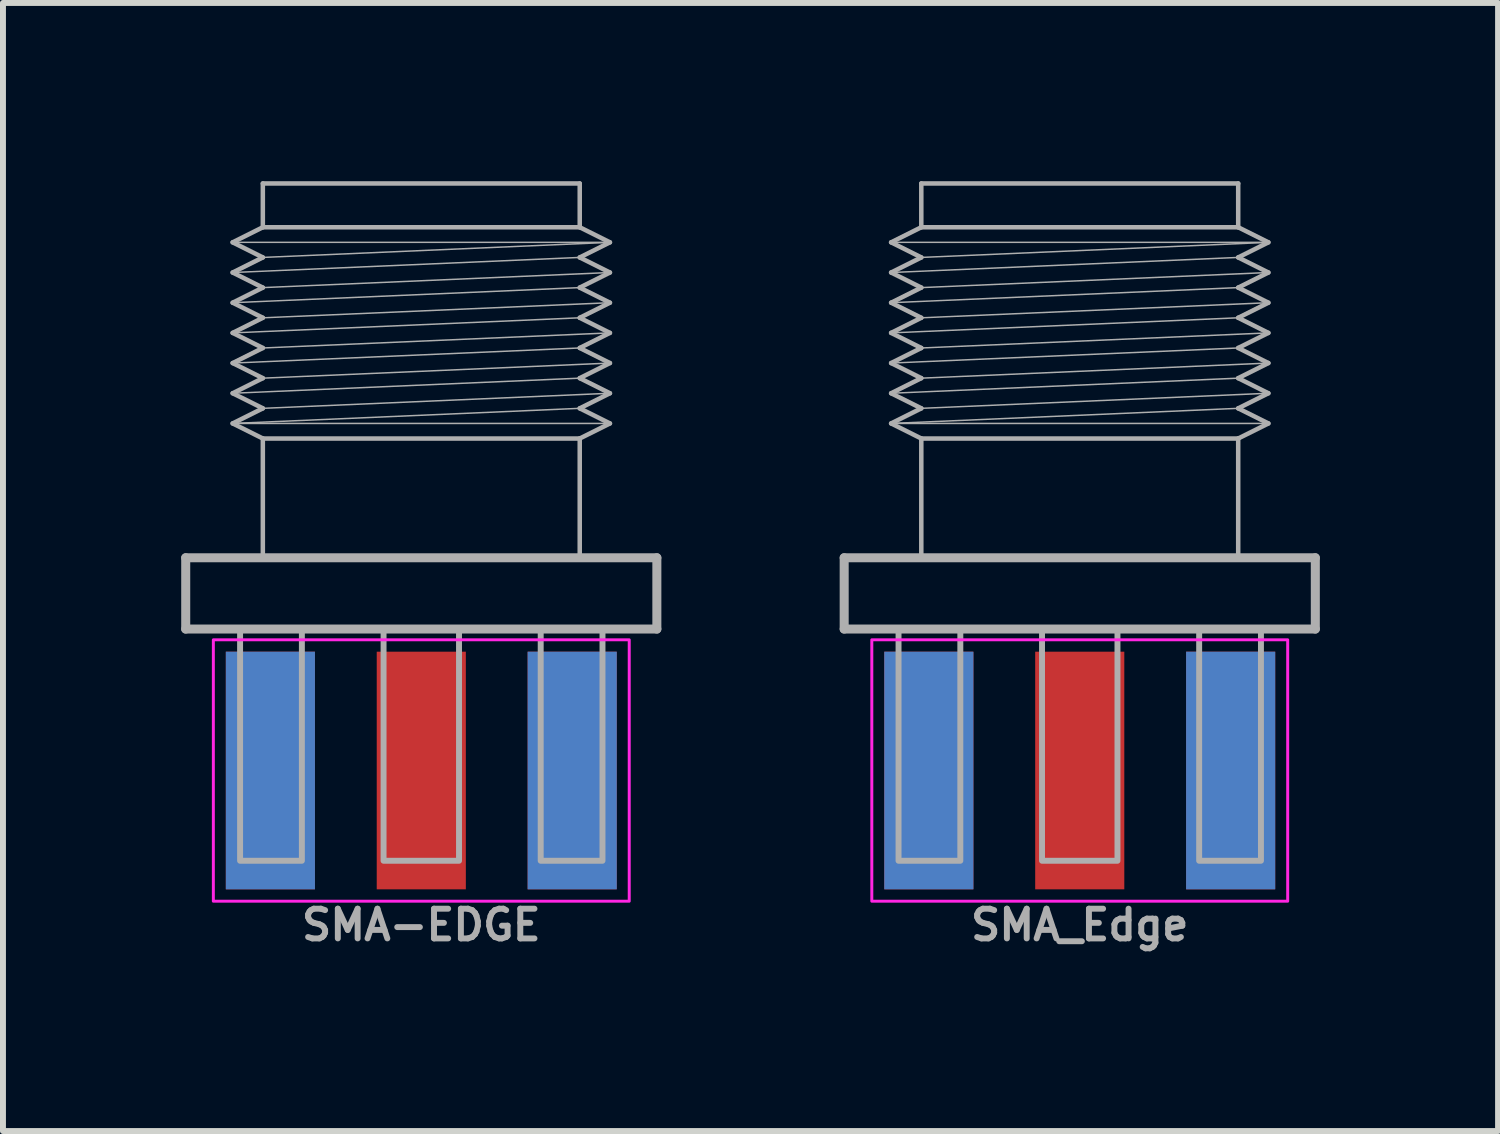
<source format=kicad_pcb>
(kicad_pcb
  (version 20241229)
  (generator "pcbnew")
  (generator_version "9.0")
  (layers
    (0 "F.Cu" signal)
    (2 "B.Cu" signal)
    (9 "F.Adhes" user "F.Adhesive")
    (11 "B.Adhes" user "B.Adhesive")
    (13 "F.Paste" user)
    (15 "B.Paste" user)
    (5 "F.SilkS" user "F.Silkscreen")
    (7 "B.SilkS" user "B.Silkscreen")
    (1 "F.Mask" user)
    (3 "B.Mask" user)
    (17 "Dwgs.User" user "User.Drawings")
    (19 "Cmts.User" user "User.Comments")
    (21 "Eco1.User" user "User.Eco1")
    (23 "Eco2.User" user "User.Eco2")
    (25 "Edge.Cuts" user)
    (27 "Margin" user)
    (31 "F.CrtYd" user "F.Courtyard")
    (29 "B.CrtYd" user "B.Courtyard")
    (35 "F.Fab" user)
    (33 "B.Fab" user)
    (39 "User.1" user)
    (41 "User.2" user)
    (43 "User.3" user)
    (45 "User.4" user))
  (footprint "SMA-EDGE"
    (layer "F.Cu")
    (at 4.041 9.919)
    (property "Reference" "SMA-EDGE" (at 0 2.6 0) (layer "F.Fab") (effects (font (size 0.5 0.5) (thickness 0.1) (bold yes))))
    (fp_rect (start 3.5 2.2) (end -3.5 -2.2) (stroke (width 0.05) (type default)) (fill no) (layer "F.CrtYd"))
    (fp_line (start -3.965 -3.581) (end 3.965 -3.581) (stroke (width 0.152) (type solid)) (layer "F.Fab"))
    (fp_line (start -3.965 -2.381) (end -3.965 -3.581) (stroke (width 0.152) (type solid)) (layer "F.Fab"))
    (fp_line (start -3.175 -8.89) (end -2.667 -9.144) (stroke (width 0.076) (type solid)) (layer "F.Fab"))
    (fp_line (start -3.175 -8.382) (end -2.667 -8.636) (stroke (width 0.076) (type solid)) (layer "F.Fab"))
    (fp_line (start -3.175 -8.382) (end 2.667 -8.636) (stroke (width 0.025) (type solid)) (layer "F.Fab"))
    (fp_line (start -3.175 -7.874) (end -2.667 -8.128) (stroke (width 0.076) (type solid)) (layer "F.Fab"))
    (fp_line (start -3.175 -7.874) (end -2.667 -7.62) (stroke (width 0.076) (type solid)) (layer "F.Fab"))
    (fp_line (start -3.175 -7.874) (end 2.667 -8.128) (stroke (width 0.025) (type solid)) (layer "F.Fab"))
    (fp_line (start -3.175 -7.366) (end -2.667 -7.62) (stroke (width 0.076) (type solid)) (layer "F.Fab"))
    (fp_line (start -3.175 -7.366) (end 2.667 -7.62) (stroke (width 0.025) (type solid)) (layer "F.Fab"))
    (fp_line (start -3.175 -6.858) (end -2.667 -7.112) (stroke (width 0.076) (type solid)) (layer "F.Fab"))
    (fp_line (start -3.175 -6.858) (end 2.667 -7.112) (stroke (width 0.025) (type solid)) (layer "F.Fab"))
    (fp_line (start -3.175 -6.35) (end -2.667 -6.604) (stroke (width 0.076) (type solid)) (layer "F.Fab"))
    (fp_line (start -3.175 -6.35) (end 2.667 -6.604) (stroke (width 0.025) (type solid)) (layer "F.Fab"))
    (fp_line (start -3.175 -5.842) (end -2.667 -6.096) (stroke (width 0.076) (type solid)) (layer "F.Fab"))
    (fp_line (start -3.175 -5.842) (end 2.667 -6.096) (stroke (width 0.025) (type solid)) (layer "F.Fab"))
    (fp_line (start -3.175 -5.842) (end 3.175 -5.842) (stroke (width 0.025) (type solid)) (layer "F.Fab"))
    (fp_line (start -2.667 -9.881) (end 2.667 -9.881) (stroke (width 0.076) (type solid)) (layer "F.Fab"))
    (fp_line (start -2.667 -9.144) (end -2.667 -9.881) (stroke (width 0.076) (type solid)) (layer "F.Fab"))
    (fp_line (start -2.667 -9.144) (end 2.667 -9.144) (stroke (width 0.076) (type solid)) (layer "F.Fab"))
    (fp_line (start -2.667 -8.636) (end -3.175 -8.89) (stroke (width 0.076) (type solid)) (layer "F.Fab"))
    (fp_line (start -2.667 -8.636) (end 3.175 -8.89) (stroke (width 0.025) (type solid)) (layer "F.Fab"))
    (fp_line (start -2.667 -8.128) (end -3.175 -8.382) (stroke (width 0.076) (type solid)) (layer "F.Fab"))
    (fp_line (start -2.667 -8.128) (end 3.175 -8.382) (stroke (width 0.025) (type solid)) (layer "F.Fab"))
    (fp_line (start -2.667 -7.62) (end 3.175 -7.874) (stroke (width 0.025) (type solid)) (layer "F.Fab"))
    (fp_line (start -2.667 -7.112) (end -3.175 -7.366) (stroke (width 0.076) (type solid)) (layer "F.Fab"))
    (fp_line (start -2.667 -7.112) (end 3.175 -7.366) (stroke (width 0.025) (type solid)) (layer "F.Fab"))
    (fp_line (start -2.667 -6.604) (end -3.175 -6.858) (stroke (width 0.076) (type solid)) (layer "F.Fab"))
    (fp_line (start -2.667 -6.604) (end 3.175 -6.858) (stroke (width 0.025) (type solid)) (layer "F.Fab"))
    (fp_line (start -2.667 -6.096) (end -3.175 -6.35) (stroke (width 0.076) (type solid)) (layer "F.Fab"))
    (fp_line (start -2.667 -6.096) (end 3.175 -6.35) (stroke (width 0.025) (type solid)) (layer "F.Fab"))
    (fp_line (start -2.667 -5.588) (end -3.175 -5.842) (stroke (width 0.076) (type solid)) (layer "F.Fab"))
    (fp_line (start -2.667 -5.588) (end 2.667 -5.588) (stroke (width 0.076) (type solid)) (layer "F.Fab"))
    (fp_line (start -2.667 -3.581) (end -2.667 -5.588) (stroke (width 0.076) (type solid)) (layer "F.Fab"))
    (fp_line (start 2.667 -9.881) (end 2.667 -9.144) (stroke (width 0.076) (type solid)) (layer "F.Fab"))
    (fp_line (start 2.667 -9.144) (end 3.175 -8.89) (stroke (width 0.076) (type solid)) (layer "F.Fab"))
    (fp_line (start 2.667 -8.636) (end 3.175 -8.382) (stroke (width 0.076) (type solid)) (layer "F.Fab"))
    (fp_line (start 2.667 -8.128) (end 3.175 -7.874) (stroke (width 0.076) (type solid)) (layer "F.Fab"))
    (fp_line (start 2.667 -7.62) (end 3.175 -7.366) (stroke (width 0.076) (type solid)) (layer "F.Fab"))
    (fp_line (start 2.667 -7.112) (end 3.175 -6.858) (stroke (width 0.076) (type solid)) (layer "F.Fab"))
    (fp_line (start 2.667 -6.604) (end 3.175 -6.35) (stroke (width 0.076) (type solid)) (layer "F.Fab"))
    (fp_line (start 2.667 -6.096) (end 3.175 -5.842) (stroke (width 0.076) (type solid)) (layer "F.Fab"))
    (fp_line (start 2.667 -5.588) (end 2.667 -3.556) (stroke (width 0.076) (type solid)) (layer "F.Fab"))
    (fp_line (start 3.175 -8.89) (end -3.175 -8.89) (stroke (width 0.025) (type solid)) (layer "F.Fab"))
    (fp_line (start 3.175 -8.89) (end 2.667 -8.636) (stroke (width 0.076) (type solid)) (layer "F.Fab"))
    (fp_line (start 3.175 -8.382) (end 2.667 -8.128) (stroke (width 0.076) (type solid)) (layer "F.Fab"))
    (fp_line (start 3.175 -7.874) (end 2.667 -7.62) (stroke (width 0.076) (type solid)) (layer "F.Fab"))
    (fp_line (start 3.175 -7.366) (end 2.667 -7.112) (stroke (width 0.076) (type solid)) (layer "F.Fab"))
    (fp_line (start 3.175 -6.858) (end 2.667 -6.604) (stroke (width 0.076) (type solid)) (layer "F.Fab"))
    (fp_line (start 3.175 -6.35) (end 2.667 -6.096) (stroke (width 0.076) (type solid)) (layer "F.Fab"))
    (fp_line (start 3.175 -5.842) (end 2.667 -5.588) (stroke (width 0.076) (type solid)) (layer "F.Fab"))
    (fp_line (start 3.965 -3.581) (end 3.965 -2.381) (stroke (width 0.152) (type solid)) (layer "F.Fab"))
    (fp_line (start 3.965 -2.381) (end -3.965 -2.381) (stroke (width 0.152) (type solid)) (layer "F.Fab"))
    (fp_poly (pts (xy -3.05 1.519) (xy -2.01 1.519) (xy -2.01 -2.381) (xy -3.05 -2.381)) (stroke (width 0.1) (type default)) (fill no) (layer "F.Fab"))
    (fp_poly (pts (xy -0.635 1.519) (xy 0.635 1.519) (xy 0.635 -2.381) (xy -0.635 -2.381)) (stroke (width 0.1) (type default)) (fill no) (layer "F.Fab"))
    (fp_poly (pts (xy 2.01 1.519) (xy 3.05 1.519) (xy 3.05 -2.381) (xy 2.01 -2.381)) (stroke (width 0.1) (type default)) (fill no) (layer "F.Fab"))
    (pad "1" smd rect (at -2.54 0) (size 1.5 4) (layers "F.Cu" "F.Mask"))
    (pad "2" smd rect (at -2.54 0) (size 1.5 4) (layers "B.Cu" "B.Mask"))
    (pad "3" smd rect (at 2.54 0) (size 1.5 4) (layers "F.Cu" "F.Mask"))
    (pad "4" smd rect (at 2.54 0) (size 1.5 4) (layers "B.Cu" "B.Mask"))
    (pad "SIG" smd rect (at 0 0) (size 1.5 4) (layers "F.Cu" "F.Mask")))
  (footprint "SMA_Edge"
    (layer "F.Cu")
    (at 15.124 9.919)
    (property "Reference" "SMA_Edge" (at 0 2.6 0) (layer "F.Fab") (effects (font (size 0.5 0.5) (thickness 0.1) (bold yes))))
    (attr smd)
    (fp_rect (start 3.5 2.2) (end -3.5 -2.2) (stroke (width 0.05) (type default)) (fill no) (layer "F.CrtYd"))
    (fp_line (start -3.965 -3.581) (end 3.965 -3.581) (stroke (width 0.152) (type solid)) (layer "F.Fab"))
    (fp_line (start -3.965 -2.381) (end -3.965 -3.581) (stroke (width 0.152) (type solid)) (layer "F.Fab"))
    (fp_line (start -3.175 -8.89) (end -2.667 -9.144) (stroke (width 0.076) (type solid)) (layer "F.Fab"))
    (fp_line (start -3.175 -8.382) (end -2.667 -8.636) (stroke (width 0.076) (type solid)) (layer "F.Fab"))
    (fp_line (start -3.175 -8.382) (end 2.667 -8.636) (stroke (width 0.025) (type solid)) (layer "F.Fab"))
    (fp_line (start -3.175 -7.874) (end -2.667 -8.128) (stroke (width 0.076) (type solid)) (layer "F.Fab"))
    (fp_line (start -3.175 -7.874) (end -2.667 -7.62) (stroke (width 0.076) (type solid)) (layer "F.Fab"))
    (fp_line (start -3.175 -7.874) (end 2.667 -8.128) (stroke (width 0.025) (type solid)) (layer "F.Fab"))
    (fp_line (start -3.175 -7.366) (end -2.667 -7.62) (stroke (width 0.076) (type solid)) (layer "F.Fab"))
    (fp_line (start -3.175 -7.366) (end 2.667 -7.62) (stroke (width 0.025) (type solid)) (layer "F.Fab"))
    (fp_line (start -3.175 -6.858) (end -2.667 -7.112) (stroke (width 0.076) (type solid)) (layer "F.Fab"))
    (fp_line (start -3.175 -6.858) (end 2.667 -7.112) (stroke (width 0.025) (type solid)) (layer "F.Fab"))
    (fp_line (start -3.175 -6.35) (end -2.667 -6.604) (stroke (width 0.076) (type solid)) (layer "F.Fab"))
    (fp_line (start -3.175 -6.35) (end 2.667 -6.604) (stroke (width 0.025) (type solid)) (layer "F.Fab"))
    (fp_line (start -3.175 -5.842) (end -2.667 -6.096) (stroke (width 0.076) (type solid)) (layer "F.Fab"))
    (fp_line (start -3.175 -5.842) (end 2.667 -6.096) (stroke (width 0.025) (type solid)) (layer "F.Fab"))
    (fp_line (start -3.175 -5.842) (end 3.175 -5.842) (stroke (width 0.025) (type solid)) (layer "F.Fab"))
    (fp_line (start -2.667 -9.881) (end 2.667 -9.881) (stroke (width 0.076) (type solid)) (layer "F.Fab"))
    (fp_line (start -2.667 -9.144) (end -2.667 -9.881) (stroke (width 0.076) (type solid)) (layer "F.Fab"))
    (fp_line (start -2.667 -9.144) (end 2.667 -9.144) (stroke (width 0.076) (type solid)) (layer "F.Fab"))
    (fp_line (start -2.667 -8.636) (end -3.175 -8.89) (stroke (width 0.076) (type solid)) (layer "F.Fab"))
    (fp_line (start -2.667 -8.636) (end 3.175 -8.89) (stroke (width 0.025) (type solid)) (layer "F.Fab"))
    (fp_line (start -2.667 -8.128) (end -3.175 -8.382) (stroke (width 0.076) (type solid)) (layer "F.Fab"))
    (fp_line (start -2.667 -8.128) (end 3.175 -8.382) (stroke (width 0.025) (type solid)) (layer "F.Fab"))
    (fp_line (start -2.667 -7.62) (end 3.175 -7.874) (stroke (width 0.025) (type solid)) (layer "F.Fab"))
    (fp_line (start -2.667 -7.112) (end -3.175 -7.366) (stroke (width 0.076) (type solid)) (layer "F.Fab"))
    (fp_line (start -2.667 -7.112) (end 3.175 -7.366) (stroke (width 0.025) (type solid)) (layer "F.Fab"))
    (fp_line (start -2.667 -6.604) (end -3.175 -6.858) (stroke (width 0.076) (type solid)) (layer "F.Fab"))
    (fp_line (start -2.667 -6.604) (end 3.175 -6.858) (stroke (width 0.025) (type solid)) (layer "F.Fab"))
    (fp_line (start -2.667 -6.096) (end -3.175 -6.35) (stroke (width 0.076) (type solid)) (layer "F.Fab"))
    (fp_line (start -2.667 -6.096) (end 3.175 -6.35) (stroke (width 0.025) (type solid)) (layer "F.Fab"))
    (fp_line (start -2.667 -5.588) (end -3.175 -5.842) (stroke (width 0.076) (type solid)) (layer "F.Fab"))
    (fp_line (start -2.667 -5.588) (end 2.667 -5.588) (stroke (width 0.076) (type solid)) (layer "F.Fab"))
    (fp_line (start -2.667 -3.581) (end -2.667 -5.588) (stroke (width 0.076) (type solid)) (layer "F.Fab"))
    (fp_line (start 2.667 -9.881) (end 2.667 -9.144) (stroke (width 0.076) (type solid)) (layer "F.Fab"))
    (fp_line (start 2.667 -9.144) (end 3.175 -8.89) (stroke (width 0.076) (type solid)) (layer "F.Fab"))
    (fp_line (start 2.667 -8.636) (end 3.175 -8.382) (stroke (width 0.076) (type solid)) (layer "F.Fab"))
    (fp_line (start 2.667 -8.128) (end 3.175 -7.874) (stroke (width 0.076) (type solid)) (layer "F.Fab"))
    (fp_line (start 2.667 -7.62) (end 3.175 -7.366) (stroke (width 0.076) (type solid)) (layer "F.Fab"))
    (fp_line (start 2.667 -7.112) (end 3.175 -6.858) (stroke (width 0.076) (type solid)) (layer "F.Fab"))
    (fp_line (start 2.667 -6.604) (end 3.175 -6.35) (stroke (width 0.076) (type solid)) (layer "F.Fab"))
    (fp_line (start 2.667 -6.096) (end 3.175 -5.842) (stroke (width 0.076) (type solid)) (layer "F.Fab"))
    (fp_line (start 2.667 -5.588) (end 2.667 -3.556) (stroke (width 0.076) (type solid)) (layer "F.Fab"))
    (fp_line (start 3.175 -8.89) (end -3.175 -8.89) (stroke (width 0.025) (type solid)) (layer "F.Fab"))
    (fp_line (start 3.175 -8.89) (end 2.667 -8.636) (stroke (width 0.076) (type solid)) (layer "F.Fab"))
    (fp_line (start 3.175 -8.382) (end 2.667 -8.128) (stroke (width 0.076) (type solid)) (layer "F.Fab"))
    (fp_line (start 3.175 -7.874) (end 2.667 -7.62) (stroke (width 0.076) (type solid)) (layer "F.Fab"))
    (fp_line (start 3.175 -7.366) (end 2.667 -7.112) (stroke (width 0.076) (type solid)) (layer "F.Fab"))
    (fp_line (start 3.175 -6.858) (end 2.667 -6.604) (stroke (width 0.076) (type solid)) (layer "F.Fab"))
    (fp_line (start 3.175 -6.35) (end 2.667 -6.096) (stroke (width 0.076) (type solid)) (layer "F.Fab"))
    (fp_line (start 3.175 -5.842) (end 2.667 -5.588) (stroke (width 0.076) (type solid)) (layer "F.Fab"))
    (fp_line (start 3.965 -3.581) (end 3.965 -2.381) (stroke (width 0.152) (type solid)) (layer "F.Fab"))
    (fp_line (start 3.965 -2.381) (end -3.965 -2.381) (stroke (width 0.152) (type solid)) (layer "F.Fab"))
    (fp_poly (pts (xy -3.05 1.519) (xy -2.01 1.519) (xy -2.01 -2.381) (xy -3.05 -2.381)) (stroke (width 0.1) (type default)) (fill no) (layer "F.Fab"))
    (fp_poly (pts (xy -0.635 1.519) (xy 0.635 1.519) (xy 0.635 -2.381) (xy -0.635 -2.381)) (stroke (width 0.1) (type default)) (fill no) (layer "F.Fab"))
    (fp_poly (pts (xy 2.01 1.519) (xy 3.05 1.519) (xy 3.05 -2.381) (xy 2.01 -2.381)) (stroke (width 0.1) (type default)) (fill no) (layer "F.Fab"))
    (pad "1" smd rect (at 0 0) (size 1.5 4) (layers "F.Cu" "F.Mask"))
    (pad "2" smd rect (at -2.54 0) (size 1.5 4) (layers "F.Cu" "F.Mask"))
    (pad "2" smd rect (at -2.54 0) (size 1.5 4) (layers "B.Cu" "B.Mask"))
    (pad "2" smd rect (at 2.54 0) (size 1.5 4) (layers "F.Cu" "F.Mask"))
    (pad "2" smd rect (at 2.54 0) (size 1.5 4) (layers "B.Cu" "B.Mask")))
  (gr_rect
    (start -3 -3)
    (end 22.165 15.987)
    (stroke (width 0.1) (type default))
    (fill no)
    (layer "Edge.Cuts")))
</source>
